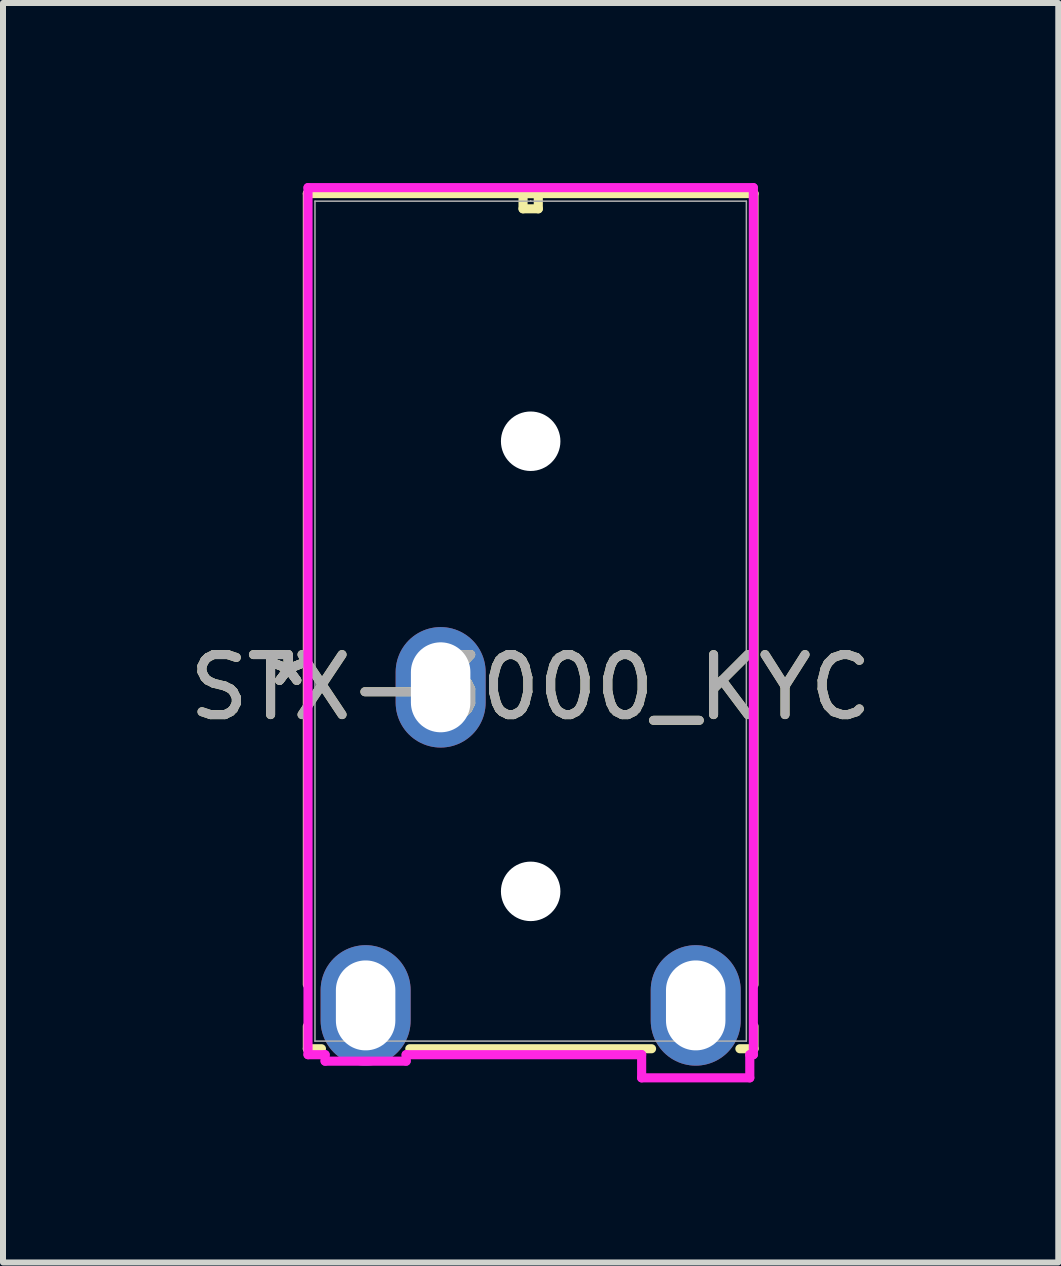
<source format=kicad_pcb>
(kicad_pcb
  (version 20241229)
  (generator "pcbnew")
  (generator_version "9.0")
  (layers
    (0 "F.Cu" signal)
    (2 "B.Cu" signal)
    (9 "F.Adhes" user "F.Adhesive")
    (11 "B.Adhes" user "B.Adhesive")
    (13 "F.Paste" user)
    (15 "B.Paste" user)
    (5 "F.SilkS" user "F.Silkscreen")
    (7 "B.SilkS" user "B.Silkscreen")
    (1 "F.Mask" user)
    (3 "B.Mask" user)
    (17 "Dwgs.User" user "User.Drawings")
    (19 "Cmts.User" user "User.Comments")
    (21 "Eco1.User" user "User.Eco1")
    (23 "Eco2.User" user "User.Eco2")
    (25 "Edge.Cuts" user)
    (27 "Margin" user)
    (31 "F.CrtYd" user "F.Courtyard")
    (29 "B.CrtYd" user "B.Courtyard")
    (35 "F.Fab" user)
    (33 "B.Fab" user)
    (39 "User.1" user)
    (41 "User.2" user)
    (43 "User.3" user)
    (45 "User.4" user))
  (footprint "STX-3000_KYC"
    (layer "F.Cu")
    (at 4.292 8.402)
    (property "Reference" "STX-3000_KYC" (at 1.5 0 0) (unlocked yes) (layer "F.SilkS") (effects (font (size 1 1) (thickness 0.15))))
    (attr through_hole)
    (fp_line (start -2.221 -8.227) (end -2.221 4.953) (stroke (width 0.152) (type solid)) (layer "F.SilkS"))
    (fp_line (start -2.221 5.647) (end -2.221 6.022) (stroke (width 0.152) (type solid)) (layer "F.SilkS"))
    (fp_line (start -2.221 6.022) (end -1.986 6.022) (stroke (width 0.152) (type solid)) (layer "F.SilkS"))
    (fp_line (start -0.514 6.022) (end 3.514 6.022) (stroke (width 0.152) (type solid)) (layer "F.SilkS"))
    (fp_line (start 1.373 -8.227) (end 1.373 -7.973) (stroke (width 0.152) (type solid)) (layer "F.SilkS"))
    (fp_line (start 1.373 -7.973) (end 1.627 -7.973) (stroke (width 0.152) (type solid)) (layer "F.SilkS"))
    (fp_line (start 1.627 -8.227) (end 1.373 -8.227) (stroke (width 0.152) (type solid)) (layer "F.SilkS"))
    (fp_line (start 1.627 -7.973) (end 1.627 -8.227) (stroke (width 0.152) (type solid)) (layer "F.SilkS"))
    (fp_line (start 4.986 6.022) (end 5.221 6.022) (stroke (width 0.152) (type solid)) (layer "F.SilkS"))
    (fp_line (start 5.221 -8.227) (end -2.221 -8.227) (stroke (width 0.152) (type solid)) (layer "F.SilkS"))
    (fp_line (start 5.221 4.953) (end 5.221 -8.227) (stroke (width 0.152) (type solid)) (layer "F.SilkS"))
    (fp_line (start 5.221 6.022) (end 5.221 5.647) (stroke (width 0.152) (type solid)) (layer "F.SilkS"))
    (fp_line (start -2.21 6.121) (end -1.925 6.121) (stroke (width 0.152) (type solid)) (layer "F.CrtYd"))
    (fp_line (start -2.21 -8.326) (end -2.21 6.121) (stroke (width 0.152) (type solid)) (layer "F.CrtYd"))
    (fp_line (start -1.925 6.121) (end -1.925 6.229) (stroke (width 0.152) (type solid)) (layer "F.CrtYd"))
    (fp_line (start -1.925 6.229) (end -0.575 6.229) (stroke (width 0.152) (type solid)) (layer "F.CrtYd"))
    (fp_line (start -0.575 6.121) (end 3.349 6.121) (stroke (width 0.152) (type solid)) (layer "F.CrtYd"))
    (fp_line (start -0.575 6.229) (end -0.575 6.121) (stroke (width 0.152) (type solid)) (layer "F.CrtYd"))
    (fp_line (start 3.349 6.121) (end 3.349 6.507) (stroke (width 0.152) (type solid)) (layer "F.CrtYd"))
    (fp_line (start 3.349 6.507) (end 5.151 6.507) (stroke (width 0.152) (type solid)) (layer "F.CrtYd"))
    (fp_line (start 5.151 6.121) (end 5.21 6.121) (stroke (width 0.152) (type solid)) (layer "F.CrtYd"))
    (fp_line (start 5.151 6.507) (end 5.151 6.121) (stroke (width 0.152) (type solid)) (layer "F.CrtYd"))
    (fp_line (start 5.21 6.121) (end 5.21 -8.326) (stroke (width 0.152) (type solid)) (layer "F.CrtYd"))
    (fp_line (start 5.21 -8.326) (end -2.21 -8.326) (stroke (width 0.152) (type solid)) (layer "F.CrtYd"))
    (fp_line (start -2.094 -8.1) (end -2.094 5.895) (stroke (width 0.025) (type solid)) (layer "F.Fab"))
    (fp_line (start -2.094 5.895) (end 5.094 5.895) (stroke (width 0.025) (type solid)) (layer "F.Fab"))
    (fp_line (start 1.5 -8.1) (end 1.5 -8.1) (stroke (width 0.025) (type solid)) (layer "F.Fab"))
    (fp_line (start 1.5 -8.1) (end 1.5 -8.1) (stroke (width 0.025) (type solid)) (layer "F.Fab"))
    (fp_line (start 1.5 -8.1) (end 1.5 -8.1) (stroke (width 0.025) (type solid)) (layer "F.Fab"))
    (fp_line (start 1.5 -8.1) (end 1.5 -8.1) (stroke (width 0.025) (type solid)) (layer "F.Fab"))
    (fp_line (start 5.094 -8.1) (end -2.094 -8.1) (stroke (width 0.025) (type solid)) (layer "F.Fab"))
    (fp_line (start 5.094 5.895) (end 5.094 -8.1) (stroke (width 0.025) (type solid)) (layer "F.Fab"))
    (fp_text user "*" (at -2.54 0 0) (layer "F.SilkS") (effects (font (size 1 1) (thickness 0.15))))
    (fp_text user "*" (at -2.54 0 0) (unlocked yes) (layer "F.SilkS") (effects (font (size 1 1) (thickness 0.15))))
    (fp_text user "${REFERENCE}" (at 1.5 0 0) (unlocked yes) (layer "F.Fab") (effects (font (size 1 1) (thickness 0.15))))
    (fp_text user "*" (at -2.54 0 0) (layer "F.Fab") (effects (font (size 1 1) (thickness 0.15))))
    (fp_text user "*" (at -2.54 0 0) (unlocked yes) (layer "F.Fab") (effects (font (size 1 1) (thickness 0.15))))
    (pad "" np_thru_hole oval (at -1.25 5.3 90) (size 2.007 1.499) (drill oval 1.499 0.991) (layers "*.Cu" "*.Mask"))
    (pad "" np_thru_hole oval (at 0 0 90) (size 2.007 1.499) (drill oval 1.499 0.991) (layers "*.Cu" "*.Mask"))
    (pad "" np_thru_hole circle (at 1.5 -4.1) (size 0.991 0.991) (drill 0.991) (layers "*.Cu" "*.Mask"))
    (pad "" np_thru_hole circle (at 1.5 3.4) (size 0.991 0.991) (drill 0.991) (layers "*.Cu" "*.Mask"))
    (pad "" np_thru_hole oval (at 4.25 5.3 90) (size 2.007 1.499) (drill oval 1.499 0.991) (layers "*.Cu" "*.Mask")))
  (gr_rect
    (start -3 -3)
    (end 14.583 17.985)
    (stroke (width 0.1) (type default))
    (fill no)
    (layer "Edge.Cuts")))
</source>
